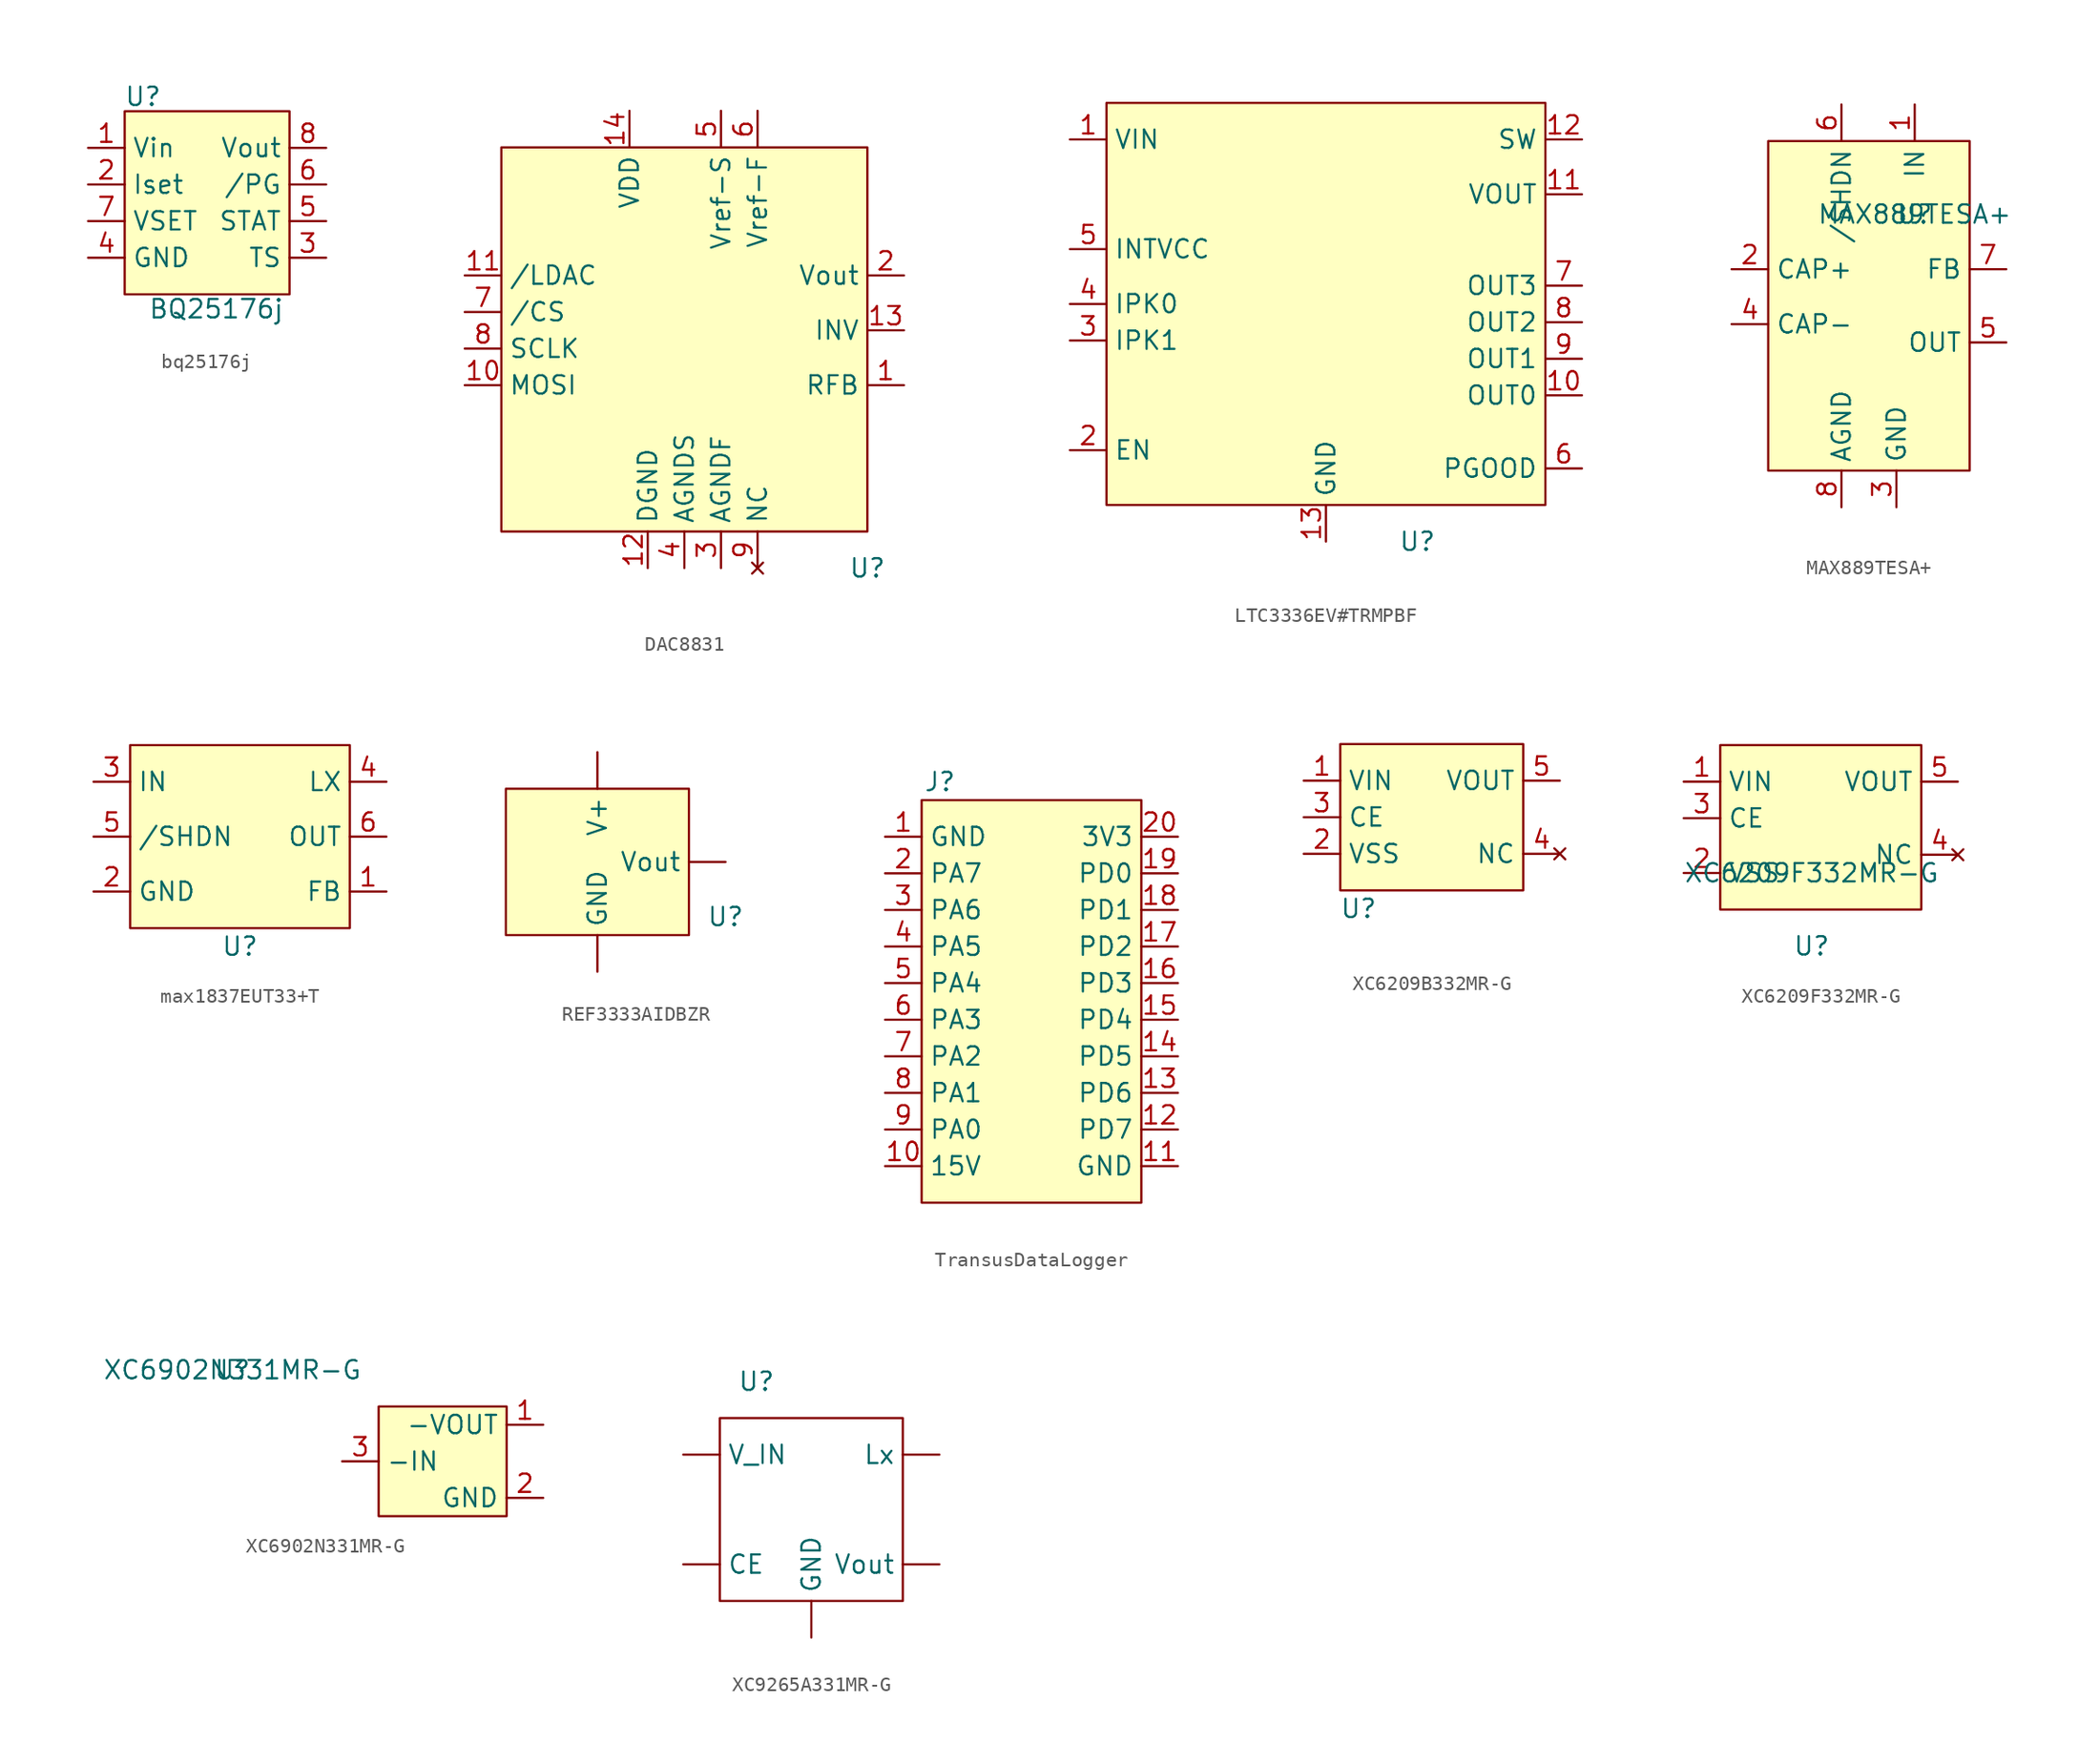
<source format=kicad_sym>
(kicad_symbol_lib
  (version 20231120)
  (generator "kicad_symbol_editor")
  (generator_version "8.0")
  (symbol "bq25176j"
    (property "Reference" "U"
      (at -5.08 9.906 0)
      (effects (font (size 1.27 1.27))))
    (property "Value" "BQ25176j"
      (at 0 -4.826 0)
      (effects (font (size 1.27 1.27))))
    (symbol "bq25176j_1_1"
      (rectangle (start -6.35 8.89) (end 5.08 -3.81) (stroke (width 0) (type default)) (fill (type background)))
      (pin input line (at -8.89 6.35 0) (length 2.54) (name "Vin" (effects (font (size 1.27 1.27)))) (number "1" (effects (font (size 1.27 1.27)))))
      (pin input line (at -8.89 3.81 0) (length 2.54) (name "Iset" (effects (font (size 1.27 1.27)))) (number "2" (effects (font (size 1.27 1.27)))))
      (pin input line (at 7.62 -1.27 180) (length 2.54) (name "TS" (effects (font (size 1.27 1.27)))) (number "3" (effects (font (size 1.27 1.27)))))
      (pin input line (at -8.89 -1.27 0) (length 2.54) (name "GND" (effects (font (size 1.27 1.27)))) (number "4" (effects (font (size 1.27 1.27)))))
      (pin input line (at 7.62 1.27 180) (length 2.54) (name "STAT" (effects (font (size 1.27 1.27)))) (number "5" (effects (font (size 1.27 1.27)))))
      (pin input line (at 7.62 3.81 180) (length 2.54) (name "/PG" (effects (font (size 1.27 1.27)))) (number "6" (effects (font (size 1.27 1.27)))))
      (pin input line (at -8.89 1.27 0) (length 2.54) (name "VSET" (effects (font (size 1.27 1.27)))) (number "7" (effects (font (size 1.27 1.27)))))
      (pin input line (at 7.62 6.35 180) (length 2.54) (name "Vout" (effects (font (size 1.27 1.27)))) (number "8" (effects (font (size 1.27 1.27)))))))
  (symbol "DAC8831"
    (property "Reference" "U"
      (at 11.43 -16.51 0)
      (effects (font (size 1.27 1.27))))
    (property "Value" ""
      (at -12.7 -1.27 0)
      (effects (font (size 1.27 1.27))))
    (symbol "DAC8831_1_1"
      (rectangle (start -13.97 12.7) (end 11.43 -13.97) (stroke (width 0) (type default)) (fill (type background)))
      (pin input line (at 13.97 -3.81 180) (length 2.54) (name "RFB" (effects (font (size 1.27 1.27)))) (number "1" (effects (font (size 1.27 1.27)))))
      (pin input line (at -16.51 -3.81 0) (length 2.54) (name "MOSI" (effects (font (size 1.27 1.27)))) (number "10" (effects (font (size 1.27 1.27)))))
      (pin input line (at -16.51 3.81 0) (length 2.54) (name "/LDAC" (effects (font (size 1.27 1.27)))) (number "11" (effects (font (size 1.27 1.27)))))
      (pin input line (at -3.81 -16.51 90) (length 2.54) (name "DGND" (effects (font (size 1.27 1.27)))) (number "12" (effects (font (size 1.27 1.27)))))
      (pin input line (at 13.97 0 180) (length 2.54) (name "INV" (effects (font (size 1.27 1.27)))) (number "13" (effects (font (size 1.27 1.27)))))
      (pin input line (at -5.08 15.24 270) (length 2.54) (name "VDD" (effects (font (size 1.27 1.27)))) (number "14" (effects (font (size 1.27 1.27)))))
      (pin input line (at 13.97 3.81 180) (length 2.54) (name "Vout" (effects (font (size 1.27 1.27)))) (number "2" (effects (font (size 1.27 1.27)))))
      (pin input line (at 1.27 -16.51 90) (length 2.54) (name "AGNDF" (effects (font (size 1.27 1.27)))) (number "3" (effects (font (size 1.27 1.27)))))
      (pin input line (at -1.27 -16.51 90) (length 2.54) (name "AGNDS" (effects (font (size 1.27 1.27)))) (number "4" (effects (font (size 1.27 1.27)))))
      (pin input line (at 1.27 15.24 270) (length 2.54) (name "Vref-S" (effects (font (size 1.27 1.27)))) (number "5" (effects (font (size 1.27 1.27)))))
      (pin input line (at 3.81 15.24 270) (length 2.54) (name "Vref-F" (effects (font (size 1.27 1.27)))) (number "6" (effects (font (size 1.27 1.27)))))
      (pin input line (at -16.51 1.27 0) (length 2.54) (name "/CS" (effects (font (size 1.27 1.27)))) (number "7" (effects (font (size 1.27 1.27)))))
      (pin input line (at -16.51 -1.27 0) (length 2.54) (name "SCLK" (effects (font (size 1.27 1.27)))) (number "8" (effects (font (size 1.27 1.27)))))
      (pin no_connect line (at 3.81 -16.51 90) (length 2.54) (name "NC" (effects (font (size 1.27 1.27)))) (number "9" (effects (font (size 1.27 1.27)))))))
  (symbol "LTC3336EV#TRMPBF"
    (property "Reference" "U"
      (at 6.35 -19.05 0)
      (effects (font (size 1.27 1.27))))
    (property "Value" ""
      (at -7.62 3.81 0)
      (effects (font (size 1.27 1.27))))
    (symbol "LTC3336EV#TRMPBF_1_1"
      (rectangle (start -15.24 11.43) (end 15.24 -16.51) (stroke (width 0) (type default)) (fill (type background)))
      (pin input line (at -17.78 8.89 0) (length 2.54) (name "VIN" (effects (font (size 1.27 1.27)))) (number "1" (effects (font (size 1.27 1.27)))))
      (pin input line (at 17.78 -8.89 180) (length 2.54) (name "OUT0" (effects (font (size 1.27 1.27)))) (number "10" (effects (font (size 1.27 1.27)))))
      (pin output line (at 17.78 5.08 180) (length 2.54) (name "VOUT" (effects (font (size 1.27 1.27)))) (number "11" (effects (font (size 1.27 1.27)))))
      (pin output line (at 17.78 8.89 180) (length 2.54) (name "SW" (effects (font (size 1.27 1.27)))) (number "12" (effects (font (size 1.27 1.27)))))
      (pin input line (at 0 -19.05 90) (length 2.54) (name "GND" (effects (font (size 1.27 1.27)))) (number "13" (effects (font (size 1.27 1.27)))))
      (pin input line (at -17.78 -12.7 0) (length 2.54) (name "EN" (effects (font (size 1.27 1.27)))) (number "2" (effects (font (size 1.27 1.27)))))
      (pin input line (at -17.78 -5.08 0) (length 2.54) (name "IPK1" (effects (font (size 1.27 1.27)))) (number "3" (effects (font (size 1.27 1.27)))))
      (pin input line (at -17.78 -2.54 0) (length 2.54) (name "IPK0" (effects (font (size 1.27 1.27)))) (number "4" (effects (font (size 1.27 1.27)))))
      (pin output line (at -17.78 1.27 0) (length 2.54) (name "INTVCC" (effects (font (size 1.27 1.27)))) (number "5" (effects (font (size 1.27 1.27)))))
      (pin output line (at 17.78 -13.97 180) (length 2.54) (name "PGOOD" (effects (font (size 1.27 1.27)))) (number "6" (effects (font (size 1.27 1.27)))))
      (pin input line (at 17.78 -1.27 180) (length 2.54) (name "OUT3" (effects (font (size 1.27 1.27)))) (number "7" (effects (font (size 1.27 1.27)))))
      (pin input line (at 17.78 -3.81 180) (length 2.54) (name "OUT2" (effects (font (size 1.27 1.27)))) (number "8" (effects (font (size 1.27 1.27)))))
      (pin input line (at 17.78 -6.35 180) (length 2.54) (name "OUT1" (effects (font (size 1.27 1.27)))) (number "9" (effects (font (size 1.27 1.27)))))))
  (symbol "MAX889TESA+"
    (property "Reference" "U"
      (at 3.81 5.08 0)
      (effects (font (size 1.27 1.27))))
    (property "Value" "MAX889TESA+"
      (at 3.81 5.08 0)
      (effects (font (size 1.27 1.27))))
    (symbol "MAX889TESA+_1_1"
      (rectangle (start -6.35 10.16) (end 7.62 -12.7) (stroke (width 0) (type default)) (fill (type background)))
      (pin input line (at 3.81 12.7 270) (length 2.54) (name "IN" (effects (font (size 1.27 1.27)))) (number "1" (effects (font (size 1.27 1.27)))))
      (pin input line (at -8.89 1.27 0) (length 2.54) (name "CAP+" (effects (font (size 1.27 1.27)))) (number "2" (effects (font (size 1.27 1.27)))))
      (pin input line (at 2.54 -15.24 90) (length 2.54) (name "GND" (effects (font (size 1.27 1.27)))) (number "3" (effects (font (size 1.27 1.27)))))
      (pin input line (at -8.89 -2.54 0) (length 2.54) (name "CAP-" (effects (font (size 1.27 1.27)))) (number "4" (effects (font (size 1.27 1.27)))))
      (pin input line (at 10.16 -3.81 180) (length 2.54) (name "OUT" (effects (font (size 1.27 1.27)))) (number "5" (effects (font (size 1.27 1.27)))))
      (pin input line (at -1.27 12.7 270) (length 2.54) (name "/SHDN" (effects (font (size 1.27 1.27)))) (number "6" (effects (font (size 1.27 1.27)))))
      (pin input line (at 10.16 1.27 180) (length 2.54) (name "FB" (effects (font (size 1.27 1.27)))) (number "7" (effects (font (size 1.27 1.27)))))
      (pin input line (at -1.27 -15.24 90) (length 2.54) (name "AGND" (effects (font (size 1.27 1.27)))) (number "8" (effects (font (size 1.27 1.27)))))))
  (symbol "max1837EUT33+T"
    (property "Reference" "U"
      (at 0 -7.62 0)
      (effects (font (size 1.27 1.27))))
    (property "Value" ""
      (at 0 -6.35 0)
      (effects (font (size 1.27 1.27))))
    (symbol "max1837EUT33+T_1_1"
      (rectangle (start -7.62 6.35) (end 7.62 -6.35) (stroke (width 0) (type default)) (fill (type background)))
      (pin input line (at 10.16 -3.81 180) (length 2.54) (name "FB" (effects (font (size 1.27 1.27)))) (number "1" (effects (font (size 1.27 1.27)))))
      (pin input line (at -10.16 -3.81 0) (length 2.54) (name "GND" (effects (font (size 1.27 1.27)))) (number "2" (effects (font (size 1.27 1.27)))))
      (pin input line (at -10.16 3.81 0) (length 2.54) (name "IN" (effects (font (size 1.27 1.27)))) (number "3" (effects (font (size 1.27 1.27)))))
      (pin input line (at 10.16 3.81 180) (length 2.54) (name "LX" (effects (font (size 1.27 1.27)))) (number "4" (effects (font (size 1.27 1.27)))))
      (pin input line (at -10.16 0 0) (length 2.54) (name "/SHDN" (effects (font (size 1.27 1.27)))) (number "5" (effects (font (size 1.27 1.27)))))
      (pin input line (at 10.16 0 180) (length 2.54) (name "OUT" (effects (font (size 1.27 1.27)))) (number "6" (effects (font (size 1.27 1.27)))))))
  (symbol "REF3333AIDBZR"
    (property "Reference" "U"
      (at 8.89 -3.81 0)
      (effects (font (size 1.27 1.27))))
    (property "Value" ""
      (at 11.43 1.27 0)
      (effects (font (size 1.27 1.27))))
    (symbol "REF3333AIDBZR_1_1"
      (rectangle (start -6.35 5.08) (end 6.35 -5.08) (stroke (width 0) (type default)) (fill (type background)))
      (pin input line (at 0 -7.62 90) (length 2.54) (name "GND" (effects (font (size 1.27 1.27)))) (number "" (effects (font (size 1.27 1.27)))))
      (pin input line (at 0 7.62 270) (length 2.54) (name "V+" (effects (font (size 1.27 1.27)))) (number "" (effects (font (size 1.27 1.27)))))
      (pin input line (at 8.89 0 180) (length 2.54) (name "Vout" (effects (font (size 1.27 1.27)))) (number "" (effects (font (size 1.27 1.27)))))))
  (symbol "TransusDataLogger"
    (property "Reference" "J"
      (at -6.35 15.24 0)
      (effects (font (size 1.27 1.27))))
    (property "Value" ""
      (at -3.81 6.35 0)
      (effects (font (size 1.27 1.27))))
    (symbol "TransusDataLogger_1_1"
      (rectangle (start -7.62 13.97) (end 7.62 -13.97) (stroke (width 0) (type default)) (fill (type background)))
      (pin input line (at -10.16 11.43 0) (length 2.54) (name "GND" (effects (font (size 1.27 1.27)))) (number "1" (effects (font (size 1.27 1.27)))))
      (pin input line (at -10.16 -11.43 0) (length 2.54) (name "15V" (effects (font (size 1.27 1.27)))) (number "10" (effects (font (size 1.27 1.27)))))
      (pin input line (at 10.16 -11.43 180) (length 2.54) (name "GND" (effects (font (size 1.27 1.27)))) (number "11" (effects (font (size 1.27 1.27)))))
      (pin input line (at 10.16 -8.89 180) (length 2.54) (name "PD7" (effects (font (size 1.27 1.27)))) (number "12" (effects (font (size 1.27 1.27)))))
      (pin input line (at 10.16 -6.35 180) (length 2.54) (name "PD6" (effects (font (size 1.27 1.27)))) (number "13" (effects (font (size 1.27 1.27)))))
      (pin input line (at 10.16 -3.81 180) (length 2.54) (name "PD5" (effects (font (size 1.27 1.27)))) (number "14" (effects (font (size 1.27 1.27)))))
      (pin input line (at 10.16 -1.27 180) (length 2.54) (name "PD4" (effects (font (size 1.27 1.27)))) (number "15" (effects (font (size 1.27 1.27)))))
      (pin input line (at 10.16 1.27 180) (length 2.54) (name "PD3" (effects (font (size 1.27 1.27)))) (number "16" (effects (font (size 1.27 1.27)))))
      (pin input line (at 10.16 3.81 180) (length 2.54) (name "PD2" (effects (font (size 1.27 1.27)))) (number "17" (effects (font (size 1.27 1.27)))))
      (pin input line (at 10.16 6.35 180) (length 2.54) (name "PD1" (effects (font (size 1.27 1.27)))) (number "18" (effects (font (size 1.27 1.27)))))
      (pin input line (at 10.16 8.89 180) (length 2.54) (name "PD0" (effects (font (size 1.27 1.27)))) (number "19" (effects (font (size 1.27 1.27)))))
      (pin input line (at -10.16 8.89 0) (length 2.54) (name "PA7" (effects (font (size 1.27 1.27)))) (number "2" (effects (font (size 1.27 1.27)))))
      (pin input line (at 10.16 11.43 180) (length 2.54) (name "3V3" (effects (font (size 1.27 1.27)))) (number "20" (effects (font (size 1.27 1.27)))))
      (pin input line (at -10.16 6.35 0) (length 2.54) (name "PA6" (effects (font (size 1.27 1.27)))) (number "3" (effects (font (size 1.27 1.27)))))
      (pin input line (at -10.16 3.81 0) (length 2.54) (name "PA5" (effects (font (size 1.27 1.27)))) (number "4" (effects (font (size 1.27 1.27)))))
      (pin input line (at -10.16 1.27 0) (length 2.54) (name "PA4" (effects (font (size 1.27 1.27)))) (number "5" (effects (font (size 1.27 1.27)))))
      (pin input line (at -10.16 -1.27 0) (length 2.54) (name "PA3" (effects (font (size 1.27 1.27)))) (number "6" (effects (font (size 1.27 1.27)))))
      (pin input line (at -10.16 -3.81 0) (length 2.54) (name "PA2" (effects (font (size 1.27 1.27)))) (number "7" (effects (font (size 1.27 1.27)))))
      (pin input line (at -10.16 -6.35 0) (length 2.54) (name "PA1" (effects (font (size 1.27 1.27)))) (number "8" (effects (font (size 1.27 1.27)))))
      (pin input line (at -10.16 -8.89 0) (length 2.54) (name "PA0" (effects (font (size 1.27 1.27)))) (number "9" (effects (font (size 1.27 1.27)))))))
  (symbol "XC6209B332MR-G"
    (property "Reference" "U"
      (at -5.08 -6.35 0)
      (effects (font (size 1.27 1.27))))
    (property "Value" ""
      (at 2.54 -8.89 0)
      (effects (font (size 1.27 1.27))))
    (symbol "XC6209B332MR-G_1_1"
      (rectangle (start -6.35 5.08) (end 6.35 -5.08) (stroke (width 0) (type default)) (fill (type background)))
      (pin input line (at -8.89 2.54 0) (length 2.54) (name "VIN" (effects (font (size 1.27 1.27)))) (number "1" (effects (font (size 1.27 1.27)))))
      (pin input line (at -8.89 -2.54 0) (length 2.54) (name "VSS" (effects (font (size 1.27 1.27)))) (number "2" (effects (font (size 1.27 1.27)))))
      (pin input line (at -8.89 0 0) (length 2.54) (name "CE" (effects (font (size 1.27 1.27)))) (number "3" (effects (font (size 1.27 1.27)))))
      (pin no_connect line (at 8.89 -2.54 180) (length 2.54) (name "NC" (effects (font (size 1.27 1.27)))) (number "4" (effects (font (size 1.27 1.27)))))
      (pin input line (at 8.89 2.54 180) (length 2.54) (name "VOUT" (effects (font (size 1.27 1.27)))) (number "5" (effects (font (size 1.27 1.27)))))))
  (symbol "XC6209F332MR-G"
    (property "Reference" "U"
      (at 0 -5.08 0)
      (effects (font (size 1.27 1.27))))
    (property "Value" "XC6209F332MR-G"
      (at 0 0 0)
      (effects (font (size 1.27 1.27))))
    (symbol "XC6209F332MR-G_1_1"
      (rectangle (start -6.35 8.89) (end 7.62 -2.54) (stroke (width 0) (type default)) (fill (type background)))
      (pin input line (at -8.89 6.35 0) (length 2.54) (name "VIN" (effects (font (size 1.27 1.27)))) (number "1" (effects (font (size 1.27 1.27)))))
      (pin input line (at -8.89 0 0) (length 2.54) (name "VSS" (effects (font (size 1.27 1.27)))) (number "2" (effects (font (size 1.27 1.27)))))
      (pin input line (at -8.89 3.81 0) (length 2.54) (name "CE" (effects (font (size 1.27 1.27)))) (number "3" (effects (font (size 1.27 1.27)))))
      (pin no_connect line (at 10.16 1.27 180) (length 2.54) (name "NC" (effects (font (size 1.27 1.27)))) (number "4" (effects (font (size 1.27 1.27)))))
      (pin input line (at 10.16 6.35 180) (length 2.54) (name "VOUT" (effects (font (size 1.27 1.27)))) (number "5" (effects (font (size 1.27 1.27)))))))
  (symbol "XC6902N331MR-G"
    (property "Reference" "U"
      (at -15.24 6.35 0)
      (effects (font (size 1.27 1.27))))
    (property "Value" "XC6902N331MR-G"
      (at -15.24 6.35 0)
      (effects (font (size 1.27 1.27))))
    (symbol "XC6902N331MR-G_1_1"
      (rectangle (start -5.08 3.81) (end 3.81 -3.81) (stroke (width 0) (type default)) (fill (type background)))
      (pin input line (at 6.35 2.54 180) (length 2.54) (name "-VOUT" (effects (font (size 1.27 1.27)))) (number "1" (effects (font (size 1.27 1.27)))))
      (pin input line (at 6.35 -2.54 180) (length 2.54) (name "GND" (effects (font (size 1.27 1.27)))) (number "2" (effects (font (size 1.27 1.27)))))
      (pin input line (at -7.62 0 0) (length 2.54) (name "-IN" (effects (font (size 1.27 1.27)))) (number "3" (effects (font (size 1.27 1.27)))))))
  (symbol "XC9265A331MR-G"
    (property "Reference" "U"
      (at -3.81 8.89 0)
      (effects (font (size 1.27 1.27))))
    (property "Value" ""
      (at 0 -7.62 0)
      (effects (font (size 1.27 1.27))))
    (symbol "XC9265A331MR-G_0_1"
      (rectangle (start -6.35 6.35) (end 6.35 -6.35) (stroke (width 0) (type default)) (fill (type none))))
    (symbol "XC9265A331MR-G_1_1"
      (pin input line (at -8.89 -3.81 0) (length 2.54) (name "CE" (effects (font (size 1.27 1.27)))) (number "" (effects (font (size 1.27 1.27)))))
      (pin input line (at 0 -8.89 90) (length 2.54) (name "GND" (effects (font (size 1.27 1.27)))) (number "" (effects (font (size 1.27 1.27)))))
      (pin input line (at 8.89 3.81 180) (length 2.54) (name "Lx" (effects (font (size 1.27 1.27)))) (number "" (effects (font (size 1.27 1.27)))))
      (pin input line (at -8.89 3.81 0) (length 2.54) (name "V_IN" (effects (font (size 1.27 1.27)))) (number "" (effects (font (size 1.27 1.27)))))
      (pin input line (at 8.89 -3.81 180) (length 2.54) (name "Vout" (effects (font (size 1.27 1.27)))) (number "" (effects (font (size 1.27 1.27))))))))
</source>
